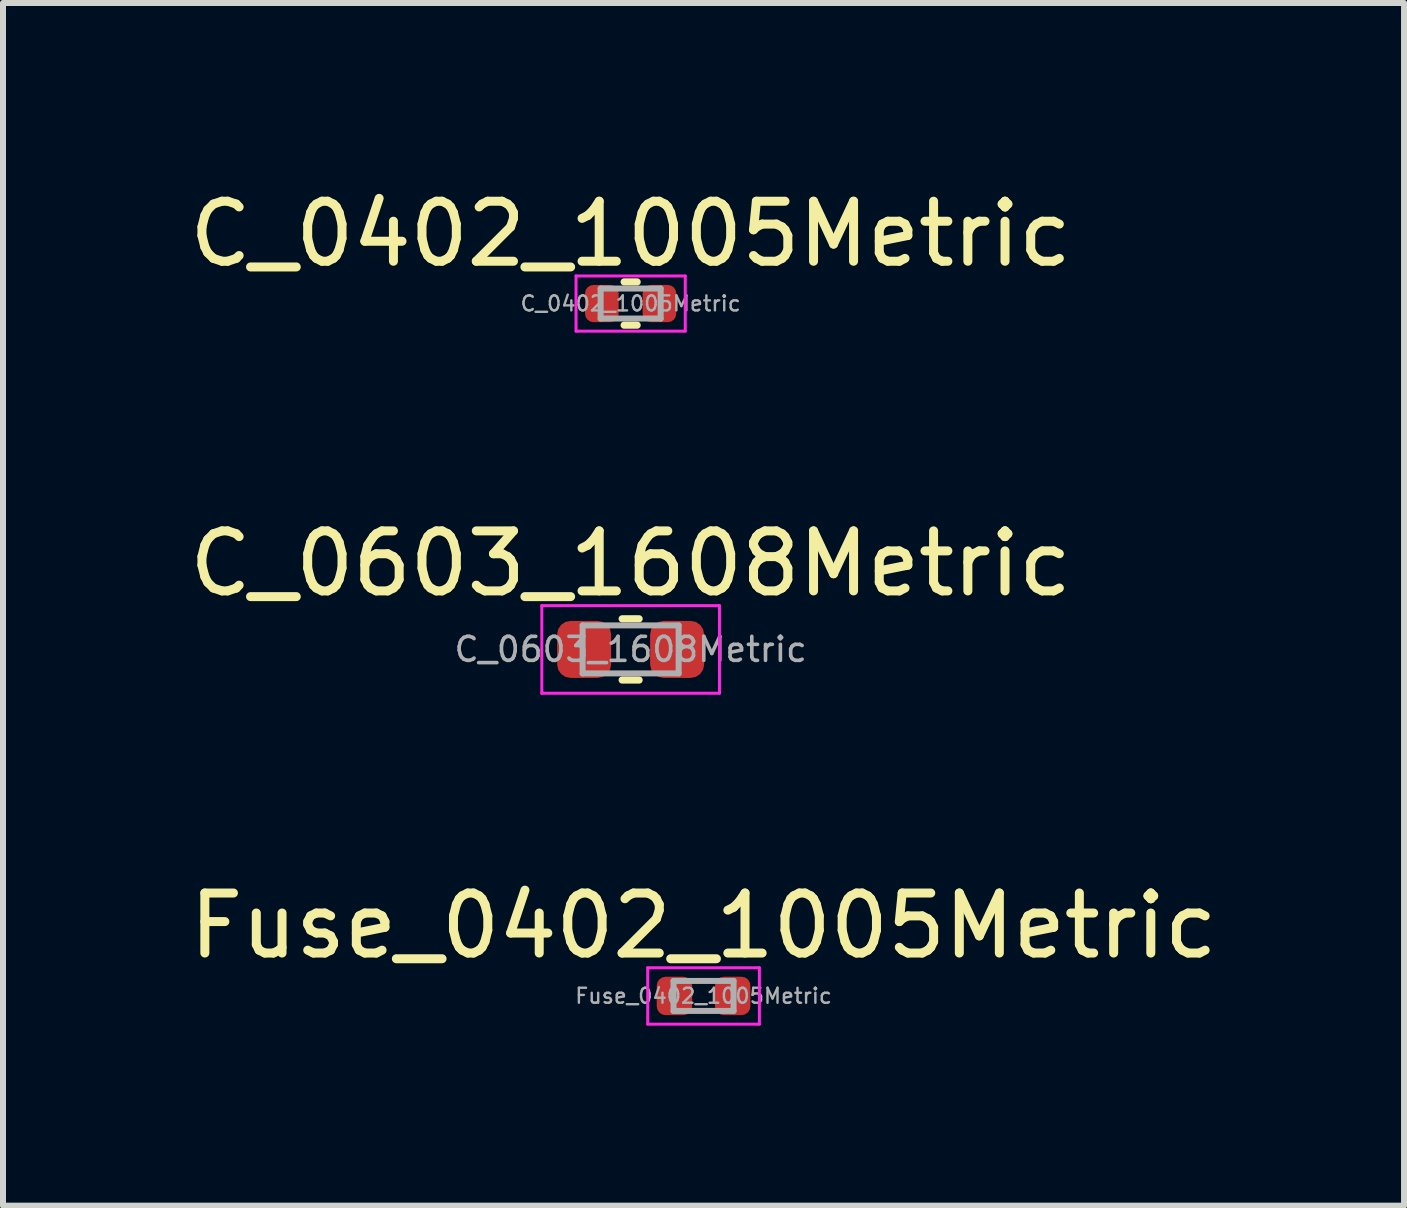
<source format=kicad_pcb>
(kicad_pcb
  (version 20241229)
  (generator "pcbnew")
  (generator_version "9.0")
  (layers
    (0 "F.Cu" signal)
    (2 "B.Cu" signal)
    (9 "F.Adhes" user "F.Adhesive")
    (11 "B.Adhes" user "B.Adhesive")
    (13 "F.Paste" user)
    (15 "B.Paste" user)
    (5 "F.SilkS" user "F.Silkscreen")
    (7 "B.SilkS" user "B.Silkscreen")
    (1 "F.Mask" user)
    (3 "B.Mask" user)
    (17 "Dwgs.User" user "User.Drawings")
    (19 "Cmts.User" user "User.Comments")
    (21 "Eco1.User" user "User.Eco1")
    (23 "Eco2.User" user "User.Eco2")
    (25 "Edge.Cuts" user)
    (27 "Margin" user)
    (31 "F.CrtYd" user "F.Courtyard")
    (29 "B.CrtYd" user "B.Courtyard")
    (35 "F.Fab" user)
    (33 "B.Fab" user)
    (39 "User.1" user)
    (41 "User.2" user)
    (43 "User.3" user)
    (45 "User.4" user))
  (footprint "C_0402_1005Metric"
    (layer "F.Cu")
    (at 7.458 2.008)
    (property "Reference" "C_0402_1005Metric" (at 0 -1.16 0) (layer "F.SilkS") (effects (font (size 1 1) (thickness 0.15))))
    (attr smd)
    (fp_line (start -0.108 -0.36) (end 0.108 -0.36) (stroke (width 0.12) (type solid)) (layer "F.SilkS"))
    (fp_line (start -0.108 0.36) (end 0.108 0.36) (stroke (width 0.12) (type solid)) (layer "F.SilkS"))
    (fp_line (start -0.91 -0.46) (end 0.91 -0.46) (stroke (width 0.05) (type solid)) (layer "F.CrtYd"))
    (fp_line (start -0.91 0.46) (end -0.91 -0.46) (stroke (width 0.05) (type solid)) (layer "F.CrtYd"))
    (fp_line (start 0.91 -0.46) (end 0.91 0.46) (stroke (width 0.05) (type solid)) (layer "F.CrtYd"))
    (fp_line (start 0.91 0.46) (end -0.91 0.46) (stroke (width 0.05) (type solid)) (layer "F.CrtYd"))
    (fp_line (start -0.5 -0.25) (end 0.5 -0.25) (stroke (width 0.1) (type solid)) (layer "F.Fab"))
    (fp_line (start -0.5 0.25) (end -0.5 -0.25) (stroke (width 0.1) (type solid)) (layer "F.Fab"))
    (fp_line (start 0.5 -0.25) (end 0.5 0.25) (stroke (width 0.1) (type solid)) (layer "F.Fab"))
    (fp_line (start 0.5 0.25) (end -0.5 0.25) (stroke (width 0.1) (type solid)) (layer "F.Fab"))
    (fp_text user "${REFERENCE}" (at 0 0 0) (layer "F.Fab") (effects (font (size 0.25 0.25) (thickness 0.04))))
    (pad "1" smd roundrect (at -0.48 0) (size 0.56 0.62) (layers "F.Cu" "F.Mask" "F.Paste") (roundrect_rratio 0.25))
    (pad "2" smd roundrect (at 0.48 0) (size 0.56 0.62) (layers "F.Cu" "F.Mask" "F.Paste") (roundrect_rratio 0.25)))
  (footprint "Fuse_0402_1005Metric"
    (layer "F.Cu")
    (at 8.673 13.545)
    (property "Reference" "Fuse_0402_1005Metric" (at 0 -1.17 0) (layer "F.SilkS") (effects (font (size 1 1) (thickness 0.15))))
    (attr smd)
    (fp_line (start -0.93 -0.47) (end 0.93 -0.47) (stroke (width 0.05) (type solid)) (layer "F.CrtYd"))
    (fp_line (start -0.93 0.47) (end -0.93 -0.47) (stroke (width 0.05) (type solid)) (layer "F.CrtYd"))
    (fp_line (start 0.93 -0.47) (end 0.93 0.47) (stroke (width 0.05) (type solid)) (layer "F.CrtYd"))
    (fp_line (start 0.93 0.47) (end -0.93 0.47) (stroke (width 0.05) (type solid)) (layer "F.CrtYd"))
    (fp_line (start -0.5 -0.25) (end 0.5 -0.25) (stroke (width 0.1) (type solid)) (layer "F.Fab"))
    (fp_line (start -0.5 0.25) (end -0.5 -0.25) (stroke (width 0.1) (type solid)) (layer "F.Fab"))
    (fp_line (start 0.5 -0.25) (end 0.5 0.25) (stroke (width 0.1) (type solid)) (layer "F.Fab"))
    (fp_line (start 0.5 0.25) (end -0.5 0.25) (stroke (width 0.1) (type solid)) (layer "F.Fab"))
    (fp_text user "${REFERENCE}" (at 0 0 0) (layer "F.Fab") (effects (font (size 0.25 0.25) (thickness 0.04))))
    (pad "1" smd roundrect (at -0.485 0) (size 0.59 0.64) (layers "F.Cu" "F.Mask" "F.Paste") (roundrect_rratio 0.25))
    (pad "2" smd roundrect (at 0.485 0) (size 0.59 0.64) (layers "F.Cu" "F.Mask" "F.Paste") (roundrect_rratio 0.25)))
  (footprint "C_0603_1608Metric"
    (layer "F.Cu")
    (at 7.458 7.771)
    (property "Reference" "C_0603_1608Metric" (at 0 -1.43 0) (layer "F.SilkS") (effects (font (size 1 1) (thickness 0.15))))
    (attr smd)
    (fp_line (start -0.141 -0.51) (end 0.141 -0.51) (stroke (width 0.12) (type solid)) (layer "F.SilkS"))
    (fp_line (start -0.141 0.51) (end 0.141 0.51) (stroke (width 0.12) (type solid)) (layer "F.SilkS"))
    (fp_line (start -1.48 -0.73) (end 1.48 -0.73) (stroke (width 0.05) (type solid)) (layer "F.CrtYd"))
    (fp_line (start -1.48 0.73) (end -1.48 -0.73) (stroke (width 0.05) (type solid)) (layer "F.CrtYd"))
    (fp_line (start 1.48 -0.73) (end 1.48 0.73) (stroke (width 0.05) (type solid)) (layer "F.CrtYd"))
    (fp_line (start 1.48 0.73) (end -1.48 0.73) (stroke (width 0.05) (type solid)) (layer "F.CrtYd"))
    (fp_line (start -0.8 -0.4) (end 0.8 -0.4) (stroke (width 0.1) (type solid)) (layer "F.Fab"))
    (fp_line (start -0.8 0.4) (end -0.8 -0.4) (stroke (width 0.1) (type solid)) (layer "F.Fab"))
    (fp_line (start 0.8 -0.4) (end 0.8 0.4) (stroke (width 0.1) (type solid)) (layer "F.Fab"))
    (fp_line (start 0.8 0.4) (end -0.8 0.4) (stroke (width 0.1) (type solid)) (layer "F.Fab"))
    (fp_text user "${REFERENCE}" (at 0 0 0) (layer "F.Fab") (effects (font (size 0.4 0.4) (thickness 0.06))))
    (pad "1" smd roundrect (at -0.775 0 180) (size 0.9 0.95) (layers "F.Cu" "F.Mask" "F.Paste") (roundrect_rratio 0.25))
    (pad "2" smd roundrect (at 0.775 0 180) (size 0.9 0.95) (layers "F.Cu" "F.Mask" "F.Paste") (roundrect_rratio 0.25)))
  (gr_rect
    (start -3 -3)
    (end 20.345 17.04)
    (stroke (width 0.1) (type default))
    (fill no)
    (layer "Edge.Cuts")))
</source>
